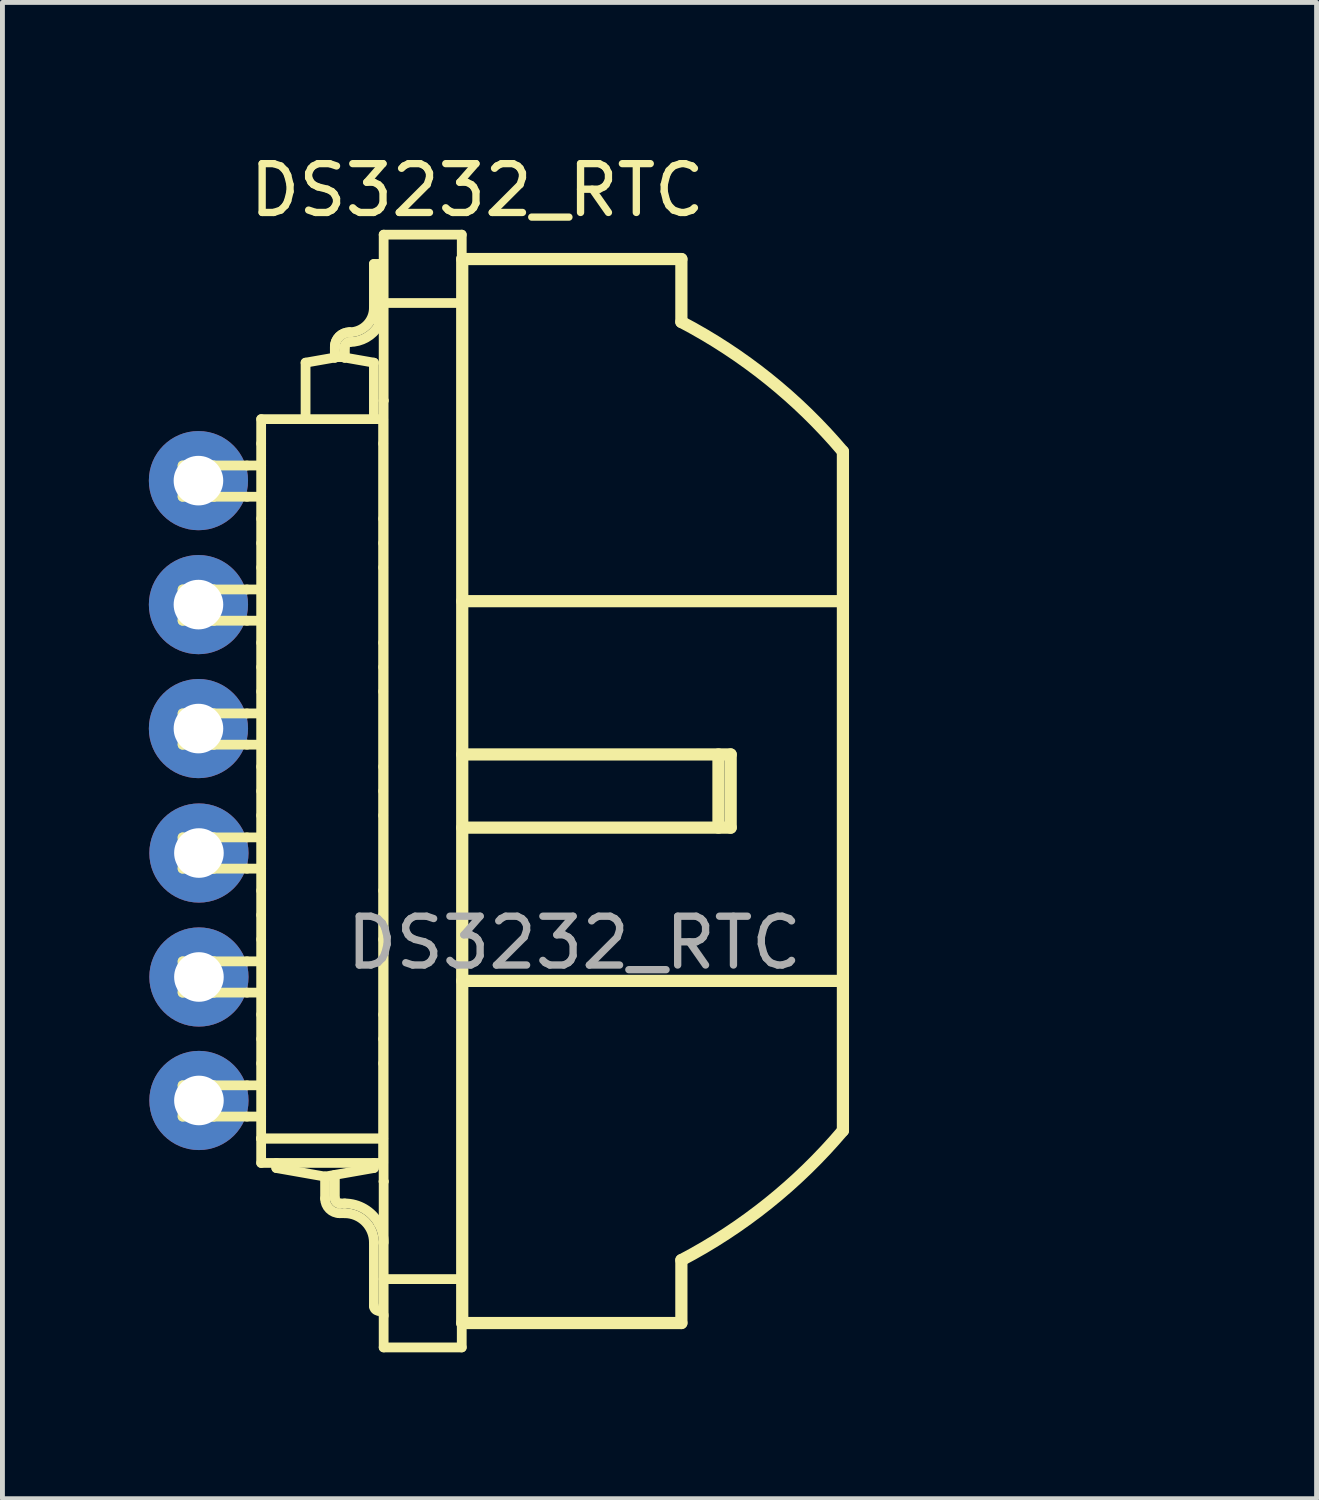
<source format=kicad_pcb>
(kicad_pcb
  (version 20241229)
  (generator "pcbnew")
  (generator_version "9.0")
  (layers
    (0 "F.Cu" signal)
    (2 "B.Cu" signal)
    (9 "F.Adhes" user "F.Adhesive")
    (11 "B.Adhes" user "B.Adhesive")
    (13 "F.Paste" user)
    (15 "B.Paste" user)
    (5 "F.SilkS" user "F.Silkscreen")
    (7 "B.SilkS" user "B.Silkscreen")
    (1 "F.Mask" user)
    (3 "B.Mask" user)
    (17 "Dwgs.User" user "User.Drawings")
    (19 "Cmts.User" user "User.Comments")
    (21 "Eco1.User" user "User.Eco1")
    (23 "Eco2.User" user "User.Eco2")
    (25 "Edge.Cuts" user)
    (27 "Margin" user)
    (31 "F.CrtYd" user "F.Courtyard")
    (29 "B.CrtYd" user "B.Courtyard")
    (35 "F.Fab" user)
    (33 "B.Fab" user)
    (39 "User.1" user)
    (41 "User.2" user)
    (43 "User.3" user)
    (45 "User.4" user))
  (footprint "DS3232_RTC"
    (layer "F.Cu")
    (at 20.676 12.848)
    (property "Reference" "DS3232_RTC" (at -13.95 -12 0) (unlocked yes) (layer "F.SilkS") (effects (font (size 1 1) (thickness 0.15))))
    (attr through_hole)
    (fp_line (start -19.985 -6.36) (end -19.985 -5.72) (stroke (width 0.2) (type solid)) (layer "F.SilkS"))
    (fp_line (start -19.985 -5.72) (end -19.345 -5.72) (stroke (width 0.2) (type solid)) (layer "F.SilkS"))
    (fp_line (start -19.985 -3.82) (end -19.985 -3.18) (stroke (width 0.2) (type solid)) (layer "F.SilkS"))
    (fp_line (start -19.985 -3.18) (end -19.345 -3.18) (stroke (width 0.2) (type solid)) (layer "F.SilkS"))
    (fp_line (start -19.985 -1.28) (end -19.985 -0.64) (stroke (width 0.2) (type solid)) (layer "F.SilkS"))
    (fp_line (start -19.985 -0.64) (end -19.345 -0.64) (stroke (width 0.2) (type solid)) (layer "F.SilkS"))
    (fp_line (start -19.985 1.26) (end -19.985 1.9) (stroke (width 0.2) (type solid)) (layer "F.SilkS"))
    (fp_line (start -19.985 1.9) (end -19.345 1.9) (stroke (width 0.2) (type solid)) (layer "F.SilkS"))
    (fp_line (start -19.985 3.8) (end -19.985 4.44) (stroke (width 0.2) (type solid)) (layer "F.SilkS"))
    (fp_line (start -19.985 4.44) (end -19.345 4.44) (stroke (width 0.2) (type solid)) (layer "F.SilkS"))
    (fp_line (start -19.985 6.34) (end -19.985 6.98) (stroke (width 0.2) (type solid)) (layer "F.SilkS"))
    (fp_line (start -19.985 6.98) (end -19.345 6.98) (stroke (width 0.2) (type solid)) (layer "F.SilkS"))
    (fp_line (start -19.345 -6.36) (end -19.985 -6.36) (stroke (width 0.2) (type solid)) (layer "F.SilkS"))
    (fp_line (start -19.345 -6.36) (end -18.665 -6.36) (stroke (width 0.2) (type solid)) (layer "F.SilkS"))
    (fp_line (start -19.345 -5.72) (end -19.345 -6.36) (stroke (width 0.2) (type solid)) (layer "F.SilkS"))
    (fp_line (start -19.345 -3.82) (end -19.985 -3.82) (stroke (width 0.2) (type solid)) (layer "F.SilkS"))
    (fp_line (start -19.345 -3.82) (end -18.665 -3.82) (stroke (width 0.2) (type solid)) (layer "F.SilkS"))
    (fp_line (start -19.345 -3.18) (end -19.345 -3.82) (stroke (width 0.2) (type solid)) (layer "F.SilkS"))
    (fp_line (start -19.345 -1.28) (end -19.985 -1.28) (stroke (width 0.2) (type solid)) (layer "F.SilkS"))
    (fp_line (start -19.345 -1.28) (end -18.665 -1.28) (stroke (width 0.2) (type solid)) (layer "F.SilkS"))
    (fp_line (start -19.345 -0.64) (end -19.345 -1.28) (stroke (width 0.2) (type solid)) (layer "F.SilkS"))
    (fp_line (start -19.345 1.26) (end -19.985 1.26) (stroke (width 0.2) (type solid)) (layer "F.SilkS"))
    (fp_line (start -19.345 1.26) (end -18.665 1.26) (stroke (width 0.2) (type solid)) (layer "F.SilkS"))
    (fp_line (start -19.345 1.9) (end -19.345 1.26) (stroke (width 0.2) (type solid)) (layer "F.SilkS"))
    (fp_line (start -19.345 3.8) (end -19.985 3.8) (stroke (width 0.2) (type solid)) (layer "F.SilkS"))
    (fp_line (start -19.345 3.8) (end -18.665 3.8) (stroke (width 0.2) (type solid)) (layer "F.SilkS"))
    (fp_line (start -19.345 4.44) (end -19.345 3.8) (stroke (width 0.2) (type solid)) (layer "F.SilkS"))
    (fp_line (start -19.345 6.34) (end -19.985 6.34) (stroke (width 0.2) (type solid)) (layer "F.SilkS"))
    (fp_line (start -19.345 6.34) (end -18.665 6.34) (stroke (width 0.2) (type solid)) (layer "F.SilkS"))
    (fp_line (start -19.345 6.98) (end -19.345 6.34) (stroke (width 0.2) (type solid)) (layer "F.SilkS"))
    (fp_line (start -18.665 -6.36) (end -18.375 -6.36) (stroke (width 0.2) (type solid)) (layer "F.SilkS"))
    (fp_line (start -18.665 -5.72) (end -19.345 -5.72) (stroke (width 0.2) (type solid)) (layer "F.SilkS"))
    (fp_line (start -18.665 -5.72) (end -18.375 -5.72) (stroke (width 0.2) (type solid)) (layer "F.SilkS"))
    (fp_line (start -18.665 -3.82) (end -18.375 -3.82) (stroke (width 0.2) (type solid)) (layer "F.SilkS"))
    (fp_line (start -18.665 -3.18) (end -19.345 -3.18) (stroke (width 0.2) (type solid)) (layer "F.SilkS"))
    (fp_line (start -18.665 -3.18) (end -18.375 -3.18) (stroke (width 0.2) (type solid)) (layer "F.SilkS"))
    (fp_line (start -18.665 -1.28) (end -18.375 -1.28) (stroke (width 0.2) (type solid)) (layer "F.SilkS"))
    (fp_line (start -18.665 -0.64) (end -19.345 -0.64) (stroke (width 0.2) (type solid)) (layer "F.SilkS"))
    (fp_line (start -18.665 -0.64) (end -18.375 -0.64) (stroke (width 0.2) (type solid)) (layer "F.SilkS"))
    (fp_line (start -18.665 1.26) (end -18.375 1.26) (stroke (width 0.2) (type solid)) (layer "F.SilkS"))
    (fp_line (start -18.665 1.9) (end -19.345 1.9) (stroke (width 0.2) (type solid)) (layer "F.SilkS"))
    (fp_line (start -18.665 1.9) (end -18.375 1.9) (stroke (width 0.2) (type solid)) (layer "F.SilkS"))
    (fp_line (start -18.665 3.8) (end -18.375 3.8) (stroke (width 0.2) (type solid)) (layer "F.SilkS"))
    (fp_line (start -18.665 4.44) (end -19.345 4.44) (stroke (width 0.2) (type solid)) (layer "F.SilkS"))
    (fp_line (start -18.665 4.44) (end -18.375 4.44) (stroke (width 0.2) (type solid)) (layer "F.SilkS"))
    (fp_line (start -18.665 6.34) (end -18.375 6.34) (stroke (width 0.2) (type solid)) (layer "F.SilkS"))
    (fp_line (start -18.665 6.98) (end -19.345 6.98) (stroke (width 0.2) (type solid)) (layer "F.SilkS"))
    (fp_line (start -18.665 6.98) (end -18.375 6.98) (stroke (width 0.2) (type solid)) (layer "F.SilkS"))
    (fp_line (start -18.375 -7.31) (end -18.375 -6.81) (stroke (width 0.2) (type solid)) (layer "F.SilkS"))
    (fp_line (start -18.375 -6.81) (end -18.375 -5.27) (stroke (width 0.2) (type solid)) (layer "F.SilkS"))
    (fp_line (start -18.375 -5.27) (end -18.375 -4.77) (stroke (width 0.2) (type solid)) (layer "F.SilkS"))
    (fp_line (start -18.375 -4.77) (end -18.375 -4.27) (stroke (width 0.2) (type solid)) (layer "F.SilkS"))
    (fp_line (start -18.375 -4.27) (end -18.375 -2.73) (stroke (width 0.2) (type solid)) (layer "F.SilkS"))
    (fp_line (start -18.375 -2.73) (end -18.375 -2.23) (stroke (width 0.2) (type solid)) (layer "F.SilkS"))
    (fp_line (start -18.375 -2.23) (end -18.375 -1.73) (stroke (width 0.2) (type solid)) (layer "F.SilkS"))
    (fp_line (start -18.375 -1.73) (end -18.375 -0.19) (stroke (width 0.2) (type solid)) (layer "F.SilkS"))
    (fp_line (start -18.375 -0.19) (end -18.375 0.31) (stroke (width 0.2) (type solid)) (layer "F.SilkS"))
    (fp_line (start -18.375 0.31) (end -18.375 0.81) (stroke (width 0.2) (type solid)) (layer "F.SilkS"))
    (fp_line (start -18.375 0.81) (end -18.375 2.35) (stroke (width 0.2) (type solid)) (layer "F.SilkS"))
    (fp_line (start -18.375 2.35) (end -18.375 2.85) (stroke (width 0.2) (type solid)) (layer "F.SilkS"))
    (fp_line (start -18.375 2.85) (end -18.375 3.35) (stroke (width 0.2) (type solid)) (layer "F.SilkS"))
    (fp_line (start -18.375 3.35) (end -18.375 4.89) (stroke (width 0.2) (type solid)) (layer "F.SilkS"))
    (fp_line (start -18.375 4.89) (end -18.375 5.39) (stroke (width 0.2) (type solid)) (layer "F.SilkS"))
    (fp_line (start -18.375 5.39) (end -18.375 5.89) (stroke (width 0.2) (type solid)) (layer "F.SilkS"))
    (fp_line (start -18.375 5.89) (end -18.375 7.43) (stroke (width 0.2) (type solid)) (layer "F.SilkS"))
    (fp_line (start -18.375 7.43) (end -18.375 7.93) (stroke (width 0.2) (type solid)) (layer "F.SilkS"))
    (fp_line (start -18.375 7.43) (end -15.875 7.43) (stroke (width 0.2) (type solid)) (layer "F.SilkS"))
    (fp_line (start -18.375 7.93) (end -15.875 7.93) (stroke (width 0.2) (type solid)) (layer "F.SilkS"))
    (fp_line (start -18.065 7.93) (end -18.065 8.034) (stroke (width 0.2) (type solid)) (layer "F.SilkS"))
    (fp_line (start -18.065 8.034) (end -17.065 8.21) (stroke (width 0.2) (type solid)) (layer "F.SilkS"))
    (fp_line (start -17.465 -8.467) (end -17.465 -7.31) (stroke (width 0.2) (type solid)) (layer "F.SilkS"))
    (fp_line (start -17.065 8.21) (end -16.065 8.034) (stroke (width 0.2) (type solid)) (layer "F.SilkS"))
    (fp_line (start -17.065 8.66) (end -17.065 8.21) (stroke (width 0.2) (type solid)) (layer "F.SilkS"))
    (fp_line (start -16.865 -8.79) (end -16.865 -8.572) (stroke (width 0.2) (type solid)) (layer "F.SilkS"))
    (fp_line (start -16.865 -8.572) (end -16.865 -8.79) (stroke (width 0.2) (type solid)) (layer "F.SilkS"))
    (fp_line (start -16.865 -8.572) (end -16.765 -8.59) (stroke (width 0.2) (type solid)) (layer "F.SilkS"))
    (fp_line (start -16.865 8.175) (end -16.865 8.66) (stroke (width 0.2) (type solid)) (layer "F.SilkS"))
    (fp_line (start -16.765 -8.59) (end -17.465 -8.467) (stroke (width 0.2) (type solid)) (layer "F.SilkS"))
    (fp_line (start -16.765 -8.59) (end -16.665 -8.572) (stroke (width 0.2) (type solid)) (layer "F.SilkS"))
    (fp_line (start -16.765 8.76) (end -16.665 8.76) (stroke (width 0.2) (type solid)) (layer "F.SilkS"))
    (fp_line (start -16.665 -8.79) (end -16.665 -8.572) (stroke (width 0.2) (type solid)) (layer "F.SilkS"))
    (fp_line (start -16.665 -8.572) (end -16.665 -8.79) (stroke (width 0.2) (type solid)) (layer "F.SilkS"))
    (fp_line (start -16.665 8.96) (end -16.765 8.96) (stroke (width 0.2) (type solid)) (layer "F.SilkS"))
    (fp_line (start -16.065 -10.49) (end -16.065 -9.59) (stroke (width 0.2) (type solid)) (layer "F.SilkS"))
    (fp_line (start -16.065 -8.467) (end -16.765 -8.59) (stroke (width 0.2) (type solid)) (layer "F.SilkS"))
    (fp_line (start -16.065 -7.31) (end -16.065 -8.467) (stroke (width 0.2) (type solid)) (layer "F.SilkS"))
    (fp_line (start -16.065 8.034) (end -16.065 7.93) (stroke (width 0.2) (type solid)) (layer "F.SilkS"))
    (fp_line (start -16.065 10.86) (end -16.065 9.56) (stroke (width 0.2) (type solid)) (layer "F.SilkS"))
    (fp_line (start -15.965 -10.49) (end -16.065 -10.49) (stroke (width 0.2) (type solid)) (layer "F.SilkS"))
    (fp_line (start -15.965 -9.229) (end -15.965 -10.49) (stroke (width 0.2) (type solid)) (layer "F.SilkS"))
    (fp_line (start -15.875 -7.31) (end -18.375 -7.31) (stroke (width 0.2) (type solid)) (layer "F.SilkS"))
    (fp_line (start -15.875 -6.81) (end -15.875 -7.31) (stroke (width 0.2) (type solid)) (layer "F.SilkS"))
    (fp_line (start -15.875 -5.27) (end -15.875 -6.81) (stroke (width 0.2) (type solid)) (layer "F.SilkS"))
    (fp_line (start -15.875 -4.77) (end -15.875 -5.27) (stroke (width 0.2) (type solid)) (layer "F.SilkS"))
    (fp_line (start -15.875 -4.27) (end -15.875 -4.77) (stroke (width 0.2) (type solid)) (layer "F.SilkS"))
    (fp_line (start -15.875 -2.73) (end -15.875 -4.27) (stroke (width 0.2) (type solid)) (layer "F.SilkS"))
    (fp_line (start -15.875 -2.23) (end -15.875 -2.73) (stroke (width 0.2) (type solid)) (layer "F.SilkS"))
    (fp_line (start -15.875 -1.73) (end -15.875 -2.23) (stroke (width 0.2) (type solid)) (layer "F.SilkS"))
    (fp_line (start -15.875 -0.19) (end -15.875 -1.73) (stroke (width 0.2) (type solid)) (layer "F.SilkS"))
    (fp_line (start -15.875 0.31) (end -15.875 -0.19) (stroke (width 0.2) (type solid)) (layer "F.SilkS"))
    (fp_line (start -15.875 0.81) (end -15.875 0.31) (stroke (width 0.2) (type solid)) (layer "F.SilkS"))
    (fp_line (start -15.875 2.35) (end -15.875 0.81) (stroke (width 0.2) (type solid)) (layer "F.SilkS"))
    (fp_line (start -15.875 2.85) (end -15.875 2.35) (stroke (width 0.2) (type solid)) (layer "F.SilkS"))
    (fp_line (start -15.875 3.35) (end -15.875 2.85) (stroke (width 0.2) (type solid)) (layer "F.SilkS"))
    (fp_line (start -15.875 4.89) (end -15.875 3.35) (stroke (width 0.2) (type solid)) (layer "F.SilkS"))
    (fp_line (start -15.875 5.39) (end -15.875 4.89) (stroke (width 0.2) (type solid)) (layer "F.SilkS"))
    (fp_line (start -15.875 5.89) (end -15.875 5.39) (stroke (width 0.2) (type solid)) (layer "F.SilkS"))
    (fp_line (start -15.875 7.43) (end -18.375 7.43) (stroke (width 0.2) (type solid)) (layer "F.SilkS"))
    (fp_line (start -15.875 7.43) (end -15.875 5.89) (stroke (width 0.2) (type solid)) (layer "F.SilkS"))
    (fp_line (start -15.875 7.93) (end -15.875 7.43) (stroke (width 0.2) (type solid)) (layer "F.SilkS"))
    (fp_line (start -15.866 -7.69) (end -15.866 8.31) (stroke (width 0.2) (type solid)) (layer "F.SilkS"))
    (fp_line (start -15.866 8.31) (end -15.865 8.31) (stroke (width 0.2) (type solid)) (layer "F.SilkS"))
    (fp_line (start -15.865 -11.09) (end -15.865 -9.69) (stroke (width 0.2) (type solid)) (layer "F.SilkS"))
    (fp_line (start -15.865 -9.69) (end -15.865 -7.69) (stroke (width 0.2) (type solid)) (layer "F.SilkS"))
    (fp_line (start -15.865 -7.69) (end -15.866 -7.69) (stroke (width 0.2) (type solid)) (layer "F.SilkS"))
    (fp_line (start -15.865 8.31) (end -15.865 10.31) (stroke (width 0.2) (type solid)) (layer "F.SilkS"))
    (fp_line (start -15.865 10.31) (end -15.865 11.71) (stroke (width 0.2) (type solid)) (layer "F.SilkS"))
    (fp_line (start -15.865 10.31) (end -14.265 10.31) (stroke (width 0.2) (type solid)) (layer "F.SilkS"))
    (fp_line (start -15.865 11.71) (end -14.265 11.71) (stroke (width 0.2) (type solid)) (layer "F.SilkS"))
    (fp_line (start -14.265 -11.09) (end -15.865 -11.09) (stroke (width 0.2) (type solid)) (layer "F.SilkS"))
    (fp_line (start -14.265 -9.69) (end -15.865 -9.69) (stroke (width 0.2) (type solid)) (layer "F.SilkS"))
    (fp_line (start -14.265 -9.69) (end -14.265 -11.09) (stroke (width 0.2) (type solid)) (layer "F.SilkS"))
    (fp_line (start -14.265 10.31) (end -14.265 -9.69) (stroke (width 0.2) (type solid)) (layer "F.SilkS"))
    (fp_line (start -14.265 11.71) (end -14.265 10.31) (stroke (width 0.2) (type solid)) (layer "F.SilkS"))
    (fp_line (start -14.255 -10.59) (end -14.255 11.21) (stroke (width 0.25) (type solid)) (layer "F.SilkS"))
    (fp_line (start -14.255 -0.44) (end -8.755 -0.44) (stroke (width 0.25) (type solid)) (layer "F.SilkS"))
    (fp_line (start -14.255 4.2) (end -6.455 4.2) (stroke (width 0.25) (type solid)) (layer "F.SilkS"))
    (fp_line (start -14.255 11.21) (end -9.765 11.21) (stroke (width 0.25) (type solid)) (layer "F.SilkS"))
    (fp_line (start -9.765 -10.59) (end -14.255 -10.59) (stroke (width 0.25) (type solid)) (layer "F.SilkS"))
    (fp_line (start -9.765 -9.301) (end -9.765 -10.59) (stroke (width 0.25) (type solid)) (layer "F.SilkS"))
    (fp_line (start -9.765 11.21) (end -9.765 9.921) (stroke (width 0.25) (type solid)) (layer "F.SilkS"))
    (fp_line (start -9.005 1.06) (end -9.005 -0.44) (stroke (width 0.25) (type solid)) (layer "F.SilkS"))
    (fp_line (start -8.755 -0.44) (end -8.755 1.06) (stroke (width 0.25) (type solid)) (layer "F.SilkS"))
    (fp_line (start -8.755 1.06) (end -14.255 1.06) (stroke (width 0.25) (type solid)) (layer "F.SilkS"))
    (fp_line (start -6.455 -3.58) (end -14.255 -3.58) (stroke (width 0.25) (type solid)) (layer "F.SilkS"))
    (fp_line (start -6.455 7.267) (end -6.455 -6.647) (stroke (width 0.25) (type solid)) (layer "F.SilkS"))
    (fp_arc (start -16.865 -8.79) (mid -16.777132 -9.002132) (end -16.565 -9.09) (stroke (width 0.2) (type solid)) (layer "F.SilkS"))
    (fp_arc (start -16.865 -8.79) (mid -16.777132 -9.002132) (end -16.565 -9.09) (stroke (width 0.2) (type solid)) (layer "F.SilkS"))
    (fp_arc (start -16.765 8.76) (mid -16.835711 8.730711) (end -16.865 8.66) (stroke (width 0.2) (type solid)) (layer "F.SilkS"))
    (fp_arc (start -16.765 8.96) (mid -16.977132 8.872132) (end -17.065 8.66) (stroke (width 0.2) (type solid)) (layer "F.SilkS"))
    (fp_arc (start -16.665 -8.79) (mid -16.635711 -8.860711) (end -16.565 -8.89) (stroke (width 0.2) (type solid)) (layer "F.SilkS"))
    (fp_arc (start -16.665 8.76) (mid -16.258699 8.870856) (end -15.965 9.172702) (stroke (width 0.2) (type solid)) (layer "F.SilkS"))
    (fp_arc (start -16.665 8.96) (mid -16.240736 9.135736) (end -16.065 9.56) (stroke (width 0.2) (type solid)) (layer "F.SilkS"))
    (fp_arc (start -16.065 -9.59) (mid -16.211447 -9.236447) (end -16.565 -9.09) (stroke (width 0.2) (type solid)) (layer "F.SilkS"))
    (fp_arc (start -15.965 -9.229445) (mid -16.220318 -8.980743) (end -16.565 -8.89) (stroke (width 0.2) (type solid)) (layer "F.SilkS"))
    (fp_arc (start -15.965 9.172702) (mid -15.890403 9.36) (end -15.865 9.56) (stroke (width 0.2) (type solid)) (layer "F.SilkS"))
    (fp_arc (start -15.965 10.96) (mid -16.035711 10.930711) (end -16.065 10.86) (stroke (width 0.2) (type solid)) (layer "F.SilkS"))
    (fp_arc (start -15.965 10.96) (mid -15.894289 10.989289) (end -15.865 11.06) (stroke (width 0.2) (type solid)) (layer "F.SilkS"))
    (fp_arc (start -9.765 -9.301395) (mid -7.981545 -8.134352) (end -6.455 -6.64695) (stroke (width 0.25) (type solid)) (layer "F.SilkS"))
    (fp_arc (start -6.455 7.26695) (mid -7.981545 8.754352) (end -9.765 9.921395) (stroke (width 0.25) (type solid)) (layer "F.SilkS"))
    (fp_text user "${REFERENCE}" (at -11.96 3.42 0) (unlocked yes) (layer "F.Fab") (effects (font (size 1 1) (thickness 0.15))))
    (pad "1" thru_hole circle (at -19.66 -6.05) (size 2.032 2.032) (drill 1.016) (layers "*.Cu" "*.Mask"))
    (pad "2" thru_hole circle (at -19.66 -3.51) (size 2.032 2.032) (drill 1.016) (layers "*.Cu" "*.Mask"))
    (pad "3" thru_hole circle (at -19.66 -0.97) (size 2.032 2.032) (drill 1.016) (layers "*.Cu" "*.Mask"))
    (pad "4" thru_hole circle (at -19.65 1.58) (size 2.032 2.032) (drill 1.016) (layers "*.Cu" "*.Mask"))
    (pad "5" thru_hole circle (at -19.65 4.12) (size 2.032 2.032) (drill 1.016) (layers "*.Cu" "*.Mask"))
    (pad "6" thru_hole circle (at -19.65 6.65) (size 2.032 2.032) (drill 1.016) (layers "*.Cu" "*.Mask")))
  (gr_rect
    (start -3 -3)
    (end 23.926 27.658)
    (stroke (width 0.1) (type default))
    (fill no)
    (layer "Edge.Cuts")))
</source>
